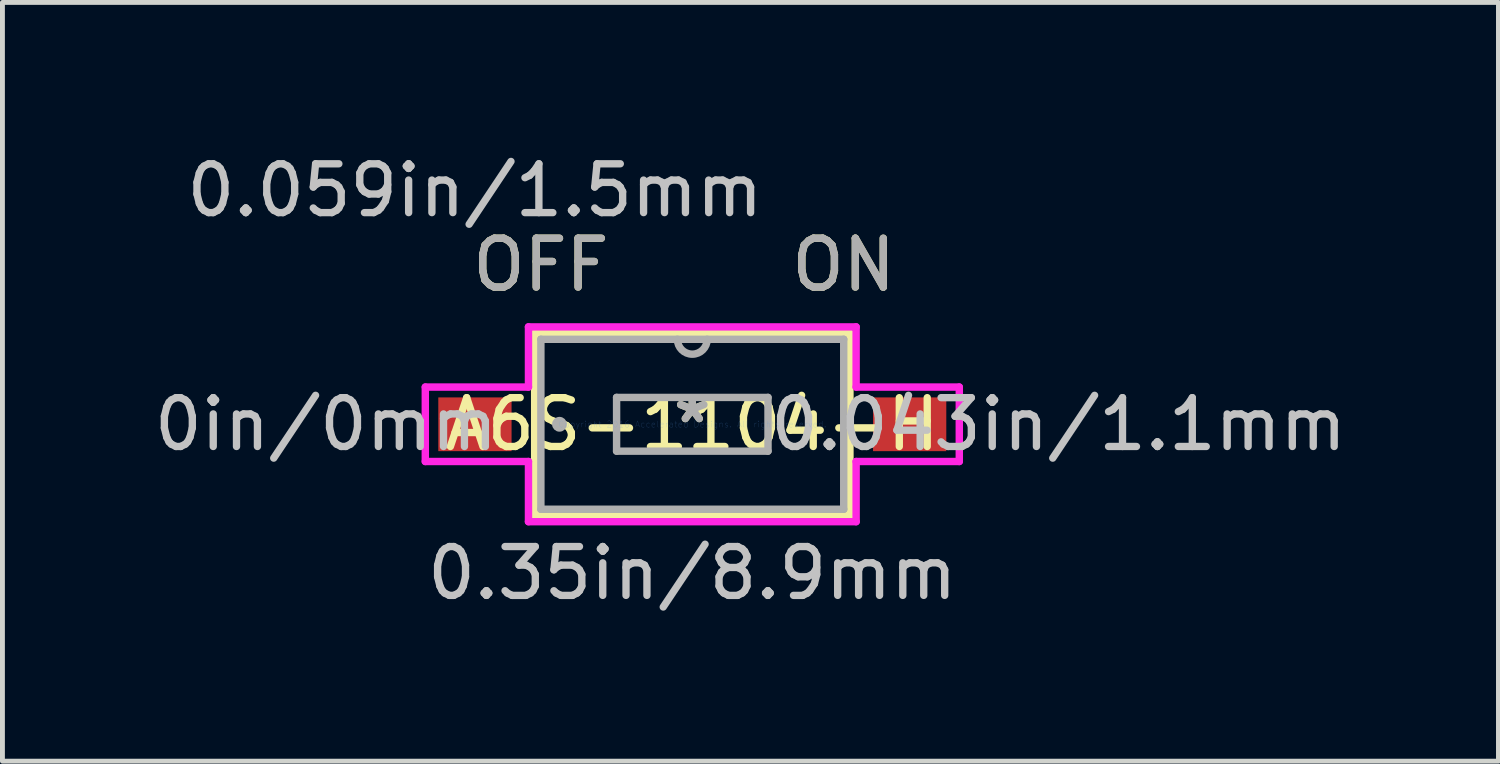
<source format=kicad_pcb>
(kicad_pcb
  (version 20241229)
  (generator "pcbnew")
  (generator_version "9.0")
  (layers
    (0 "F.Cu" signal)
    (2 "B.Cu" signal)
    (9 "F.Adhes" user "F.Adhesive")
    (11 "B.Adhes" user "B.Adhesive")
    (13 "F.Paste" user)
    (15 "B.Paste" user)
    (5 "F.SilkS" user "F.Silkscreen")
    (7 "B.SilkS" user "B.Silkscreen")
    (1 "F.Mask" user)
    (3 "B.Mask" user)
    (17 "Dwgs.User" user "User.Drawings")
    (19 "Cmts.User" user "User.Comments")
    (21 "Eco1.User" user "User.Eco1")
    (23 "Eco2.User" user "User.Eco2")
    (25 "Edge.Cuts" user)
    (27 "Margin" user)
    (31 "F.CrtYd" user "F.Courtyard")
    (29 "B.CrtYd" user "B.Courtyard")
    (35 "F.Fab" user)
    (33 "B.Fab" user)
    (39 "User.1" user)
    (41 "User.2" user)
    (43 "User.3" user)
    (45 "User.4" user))
  (footprint "A6S-1104-H"
    (layer "F.Cu")
    (at 11.123 5.636)
    (property "Reference" "A6S-1104-H" (at 0 0 0) (layer "F.SilkS") (effects (font (size 1 1) (thickness 0.15))))
    (attr through_hole)
    (fp_line (start -3.227 -1.867) (end -3.227 1.867) (stroke (width 0.152) (type solid)) (layer "F.SilkS"))
    (fp_line (start -3.227 1.867) (end 3.227 1.867) (stroke (width 0.152) (type solid)) (layer "F.SilkS"))
    (fp_line (start 3.227 -1.867) (end -3.227 -1.867) (stroke (width 0.152) (type solid)) (layer "F.SilkS"))
    (fp_line (start 3.227 1.867) (end 3.227 -1.867) (stroke (width 0.152) (type solid)) (layer "F.SilkS"))
    (fp_line (start -5.466 -0.762) (end -3.354 -0.762) (stroke (width 0.152) (type solid)) (layer "F.CrtYd"))
    (fp_line (start -5.466 0.762) (end -5.466 -0.762) (stroke (width 0.152) (type solid)) (layer "F.CrtYd"))
    (fp_line (start -3.354 -1.994) (end 3.354 -1.994) (stroke (width 0.152) (type solid)) (layer "F.CrtYd"))
    (fp_line (start -3.354 -0.762) (end -3.354 -1.994) (stroke (width 0.152) (type solid)) (layer "F.CrtYd"))
    (fp_line (start -3.354 0.762) (end -5.466 0.762) (stroke (width 0.152) (type solid)) (layer "F.CrtYd"))
    (fp_line (start -3.354 1.994) (end -3.354 0.762) (stroke (width 0.152) (type solid)) (layer "F.CrtYd"))
    (fp_line (start 3.354 -1.994) (end 3.354 -0.762) (stroke (width 0.152) (type solid)) (layer "F.CrtYd"))
    (fp_line (start 3.354 -0.762) (end 5.466 -0.762) (stroke (width 0.152) (type solid)) (layer "F.CrtYd"))
    (fp_line (start 3.354 0.762) (end 3.354 1.994) (stroke (width 0.152) (type solid)) (layer "F.CrtYd"))
    (fp_line (start 3.354 1.994) (end -3.354 1.994) (stroke (width 0.152) (type solid)) (layer "F.CrtYd"))
    (fp_line (start 5.466 -0.762) (end 5.466 0.762) (stroke (width 0.152) (type solid)) (layer "F.CrtYd"))
    (fp_line (start 5.466 0.762) (end 3.354 0.762) (stroke (width 0.152) (type solid)) (layer "F.CrtYd"))
    (fp_line (start -3.1 -1.74) (end -3.1 1.74) (stroke (width 0.152) (type solid)) (layer "F.Fab"))
    (fp_line (start -3.1 1.74) (end 3.1 1.74) (stroke (width 0.152) (type solid)) (layer "F.Fab"))
    (fp_line (start -1.55 -0.55) (end 1.55 -0.55) (stroke (width 0.152) (type solid)) (layer "F.Fab"))
    (fp_line (start -1.55 0.55) (end -1.55 -0.55) (stroke (width 0.152) (type solid)) (layer "F.Fab"))
    (fp_line (start 1.55 -0.55) (end 1.55 0.55) (stroke (width 0.152) (type solid)) (layer "F.Fab"))
    (fp_line (start 1.55 0.55) (end -1.55 0.55) (stroke (width 0.152) (type solid)) (layer "F.Fab"))
    (fp_line (start 3.1 -1.74) (end -3.1 -1.74) (stroke (width 0.152) (type solid)) (layer "F.Fab"))
    (fp_line (start 3.1 1.74) (end 3.1 -1.74) (stroke (width 0.152) (type solid)) (layer "F.Fab"))
    (fp_arc (start 0.3048 -1.74) (mid 0 -1.4352) (end -0.3048 -1.74) (stroke (width 0.1524) (type solid)) (layer "F.Fab"))
    (fp_circle (center -2.719 0) (end -2.719 0) (stroke (width 0.152) (type solid)) (fill no) (layer "F.Fab"))
    (fp_text user "ON" (at 3.1 -3.264 0) (layer "F.SilkS") (effects (font (size 1 1) (thickness 0.15))))
    (fp_text user "*" (at 0 0 0) (layer "F.SilkS") (effects (font (size 1 1) (thickness 0.15))))
    (fp_text user "OFF" (at -3.1 -3.264 0) (layer "F.SilkS") (effects (font (size 1 1) (thickness 0.15))))
    (fp_text user "0.043in/1.1mm" (at 7.498 0 0) (layer "Dwgs.User") (effects (font (size 1 1) (thickness 0.15))))
    (fp_text user "0.059in/1.5mm" (at -4.45 -4.788 0) (layer "Dwgs.User") (effects (font (size 1 1) (thickness 0.15))))
    (fp_text user "0in/0mm" (at -7.498 0 0) (layer "Dwgs.User") (effects (font (size 1 1) (thickness 0.15))))
    (fp_text user "0.35in/8.9mm" (at 0 3.048 0) (layer "Dwgs.User") (effects (font (size 1 1) (thickness 0.15))))
    (fp_text user "Copyright 2016 Accelerated Designs. All rights reserved." (at 0 0 0) (layer "Cmts.User") (effects (font (size 0.127 0.127) (thickness 0.002))))
    (fp_text user "OFF" (at -3.1 -3.264 0) (layer "F.Fab") (effects (font (size 1 1) (thickness 0.15))))
    (fp_text user "*" (at 0 0 0) (layer "F.Fab") (effects (font (size 1 1) (thickness 0.15))))
    (fp_text user "ON" (at 3.1 -3.264 0) (layer "F.Fab") (effects (font (size 1 1) (thickness 0.15))))
    (pad "1" smd rect (at -4.45 0) (size 1.5 1.1) (layers "F.Cu" "F.Mask" "F.Paste"))
    (pad "2" smd rect (at 4.45 0) (size 1.5 1.1) (layers "F.Cu" "F.Mask" "F.Paste")))
  (gr_rect
    (start -3 -3)
    (end 27.627 12.533)
    (stroke (width 0.1) (type default))
    (fill no)
    (layer "Edge.Cuts")))
</source>
